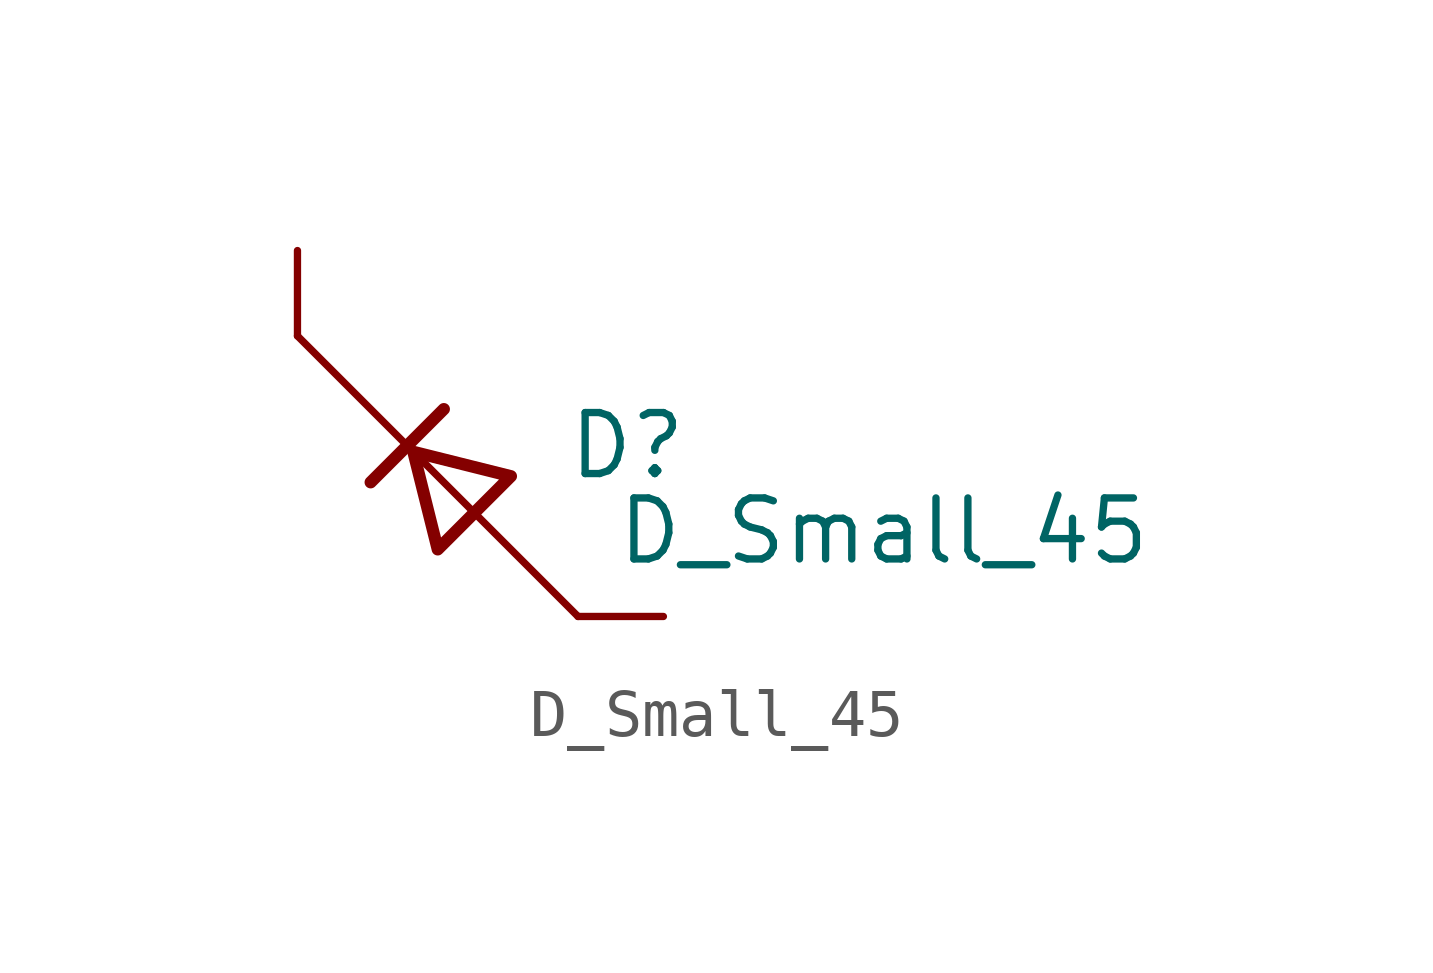
<source format=kicad_sym>
(kicad_symbol_lib
  (version 20220914)
  (generator kicad_symbol_editor)
  (symbol "D_Small_45"
    (pin_numbers hide)
    (pin_names
      (offset 0.254) hide)
    (property "Reference" "D"
      (at 3.048 3.556 0)
      (effects (font (size 1.27 1.27)) (justify left)))
    (property "Value" "D_Small_45"
      (at 4.064 1.778 0)
      (effects (font (size 1.27 1.27)) (justify left)))
    (symbol "D_Small_45_0_1"
      (polyline (pts (xy -2.54 5.842) (xy 3.302 0)) (stroke (width 0) (type default)) (fill (type none)))
      (polyline (pts (xy -1.016 2.794) (xy 0.508 4.318)) (stroke (width 0.254) (type default)) (fill (type none)))
      (polyline (pts (xy 0.381 1.397) (xy -0.127 3.429) (xy 1.905 2.921) (xy 0.381 1.397)) (stroke (width 0.254) (type default)) (fill (type none))))
    (symbol "D_Small_45_1_1"
      (pin passive line (at -2.54 7.62 270) (length 1.778) (name "K" (effects (font (size 1.27 1.27)))) (number "1" (effects (font (size 1.27 1.27)))))
      (pin passive line (at 5.08 0 180) (length 1.778) (name "A" (effects (font (size 1.27 1.27)))) (number "2" (effects (font (size 1.27 1.27))))))))
</source>
